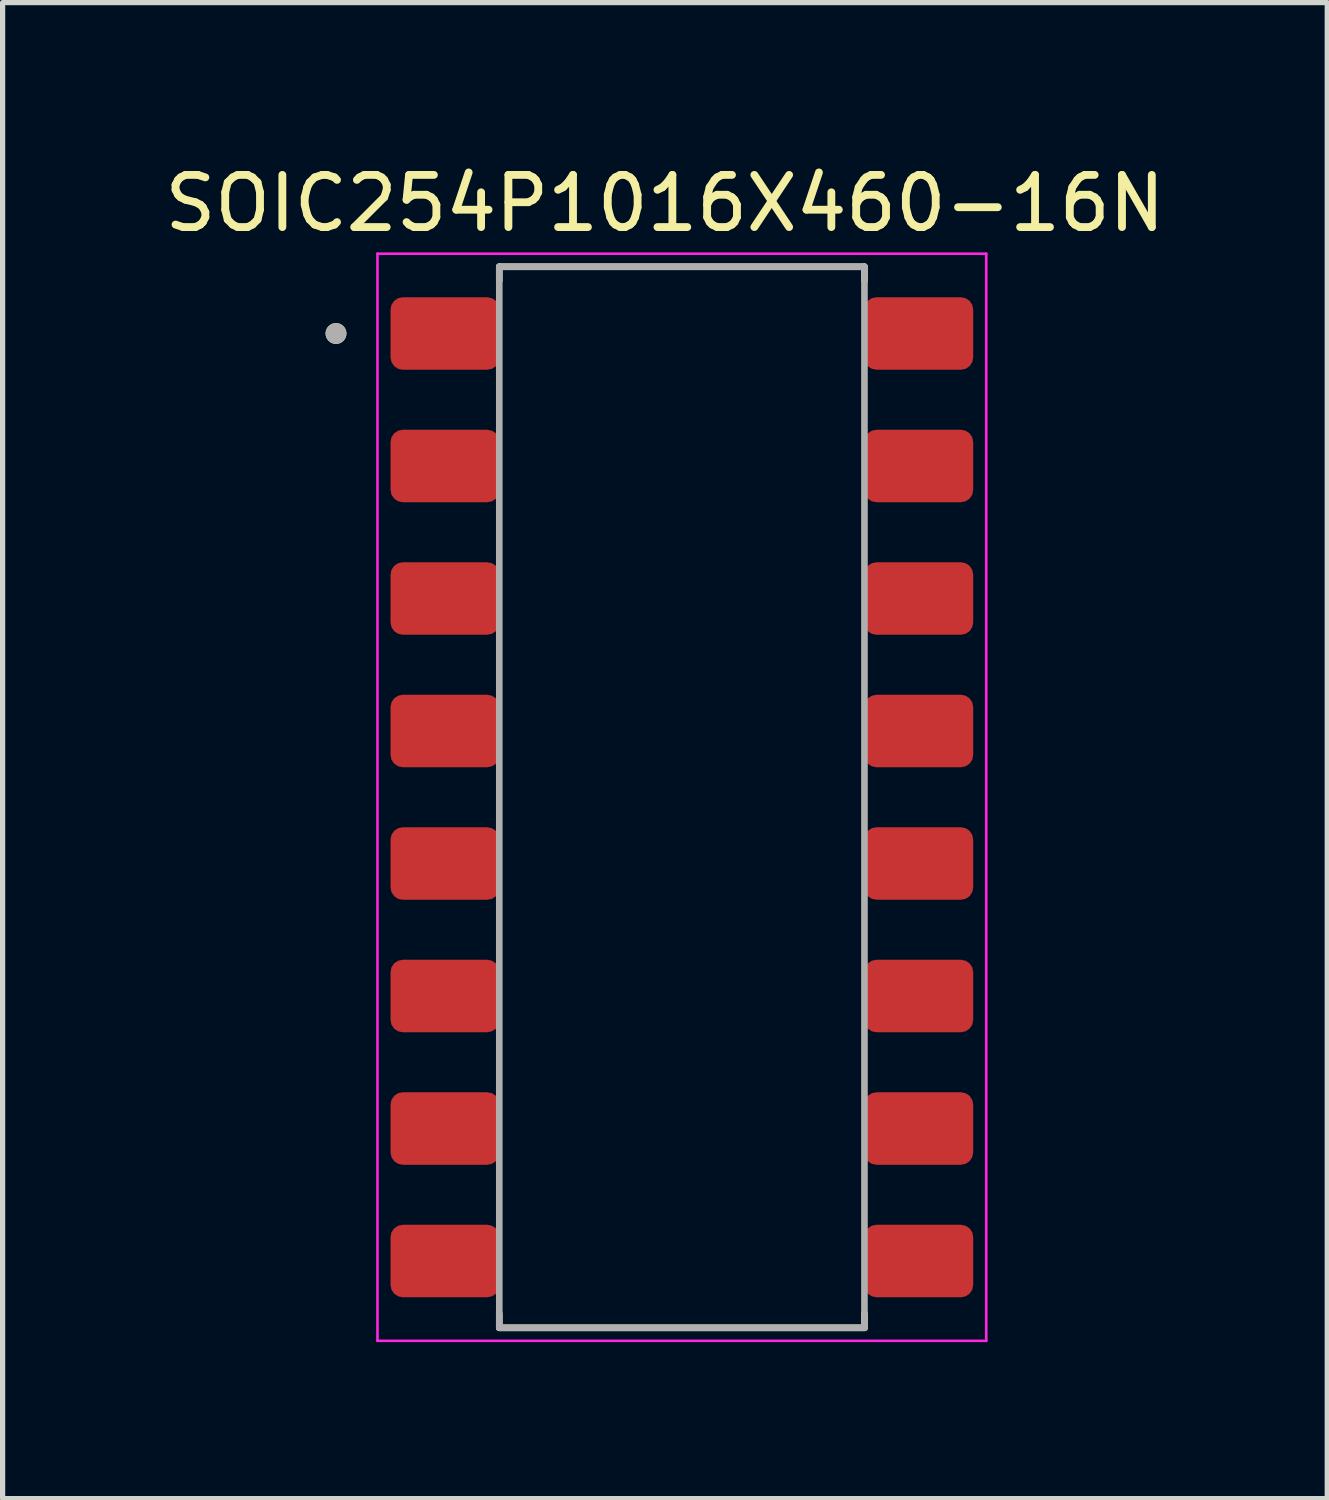
<source format=kicad_pcb>
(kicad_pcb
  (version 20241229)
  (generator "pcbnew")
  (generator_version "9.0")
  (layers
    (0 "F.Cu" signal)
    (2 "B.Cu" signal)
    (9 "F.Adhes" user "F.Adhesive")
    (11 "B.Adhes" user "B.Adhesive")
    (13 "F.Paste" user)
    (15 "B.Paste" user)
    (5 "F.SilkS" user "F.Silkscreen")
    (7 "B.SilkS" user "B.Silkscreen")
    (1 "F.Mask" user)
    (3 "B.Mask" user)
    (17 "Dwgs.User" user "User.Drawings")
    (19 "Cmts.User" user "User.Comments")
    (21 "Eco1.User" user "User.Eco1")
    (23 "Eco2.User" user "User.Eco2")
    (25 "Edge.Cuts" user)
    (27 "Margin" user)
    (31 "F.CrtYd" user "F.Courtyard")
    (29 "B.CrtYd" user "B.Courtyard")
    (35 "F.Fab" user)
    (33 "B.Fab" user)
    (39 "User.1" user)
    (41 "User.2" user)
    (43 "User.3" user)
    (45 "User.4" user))
  (footprint "SOIC254P1016X460-16N"
    (layer "F.Cu")
    (at 10.021 12.233)
    (property "Reference" "SOIC254P1016X460-16N" (at -0.325 -11.385 0) (layer "F.SilkS") (effects (font (size 1 1) (thickness 0.15))))
    (attr through_hole)
    (fp_line (start -3.5 -10.17) (end -3.5 -9.9) (stroke (width 0.127) (type solid)) (layer "F.SilkS"))
    (fp_line (start -3.5 -10.17) (end 3.5 -10.17) (stroke (width 0.127) (type solid)) (layer "F.SilkS"))
    (fp_line (start -3.5 10.17) (end -3.5 9.9) (stroke (width 0.127) (type solid)) (layer "F.SilkS"))
    (fp_line (start -3.5 10.17) (end 3.5 10.17) (stroke (width 0.127) (type solid)) (layer "F.SilkS"))
    (fp_line (start 3.5 -10.17) (end 3.5 -9.9) (stroke (width 0.127) (type solid)) (layer "F.SilkS"))
    (fp_line (start 3.5 10.17) (end 3.5 9.9) (stroke (width 0.127) (type solid)) (layer "F.SilkS"))
    (fp_circle (center -6.63 -8.89) (end -6.53 -8.89) (stroke (width 0.2) (type solid)) (fill no) (layer "F.SilkS"))
    (fp_line (start -5.835 -10.42) (end -5.835 10.42) (stroke (width 0.05) (type solid)) (layer "F.CrtYd"))
    (fp_line (start -5.835 -10.42) (end 5.835 -10.42) (stroke (width 0.05) (type solid)) (layer "F.CrtYd"))
    (fp_line (start -5.835 10.42) (end 5.835 10.42) (stroke (width 0.05) (type solid)) (layer "F.CrtYd"))
    (fp_line (start 5.835 -10.42) (end 5.835 10.42) (stroke (width 0.05) (type solid)) (layer "F.CrtYd"))
    (fp_line (start -3.5 -10.17) (end -3.5 10.17) (stroke (width 0.127) (type solid)) (layer "F.Fab"))
    (fp_line (start -3.5 -10.17) (end 3.5 -10.17) (stroke (width 0.127) (type solid)) (layer "F.Fab"))
    (fp_line (start -3.5 10.17) (end 3.5 10.17) (stroke (width 0.127) (type solid)) (layer "F.Fab"))
    (fp_line (start 3.5 -10.17) (end 3.5 10.17) (stroke (width 0.127) (type solid)) (layer "F.Fab"))
    (fp_circle (center -6.63 -8.89) (end -6.53 -8.89) (stroke (width 0.2) (type solid)) (fill no) (layer "F.Fab"))
    (pad "1" smd roundrect (at -4.54 -8.89) (size 2.09 1.39) (layers "F.Cu" "F.Mask" "F.Paste") (roundrect_rratio 0.17))
    (pad "2" smd roundrect (at -4.54 -6.35) (size 2.09 1.39) (layers "F.Cu" "F.Mask" "F.Paste") (roundrect_rratio 0.17))
    (pad "3" smd roundrect (at -4.54 -3.81) (size 2.09 1.39) (layers "F.Cu" "F.Mask" "F.Paste") (roundrect_rratio 0.17))
    (pad "4" smd roundrect (at -4.54 -1.27) (size 2.09 1.39) (layers "F.Cu" "F.Mask" "F.Paste") (roundrect_rratio 0.17))
    (pad "5" smd roundrect (at -4.54 1.27) (size 2.09 1.39) (layers "F.Cu" "F.Mask" "F.Paste") (roundrect_rratio 0.17))
    (pad "6" smd roundrect (at -4.54 3.81) (size 2.09 1.39) (layers "F.Cu" "F.Mask" "F.Paste") (roundrect_rratio 0.17))
    (pad "7" smd roundrect (at -4.54 6.35) (size 2.09 1.39) (layers "F.Cu" "F.Mask" "F.Paste") (roundrect_rratio 0.17))
    (pad "8" smd roundrect (at -4.54 8.89) (size 2.09 1.39) (layers "F.Cu" "F.Mask" "F.Paste") (roundrect_rratio 0.17))
    (pad "9" smd roundrect (at 4.54 8.89) (size 2.09 1.39) (layers "F.Cu" "F.Mask" "F.Paste") (roundrect_rratio 0.17))
    (pad "10" smd roundrect (at 4.54 6.35) (size 2.09 1.39) (layers "F.Cu" "F.Mask" "F.Paste") (roundrect_rratio 0.17))
    (pad "11" smd roundrect (at 4.54 3.81) (size 2.09 1.39) (layers "F.Cu" "F.Mask" "F.Paste") (roundrect_rratio 0.17))
    (pad "12" smd roundrect (at 4.54 1.27) (size 2.09 1.39) (layers "F.Cu" "F.Mask" "F.Paste") (roundrect_rratio 0.17))
    (pad "13" smd roundrect (at 4.54 -1.27) (size 2.09 1.39) (layers "F.Cu" "F.Mask" "F.Paste") (roundrect_rratio 0.17))
    (pad "14" smd roundrect (at 4.54 -3.81) (size 2.09 1.39) (layers "F.Cu" "F.Mask" "F.Paste") (roundrect_rratio 0.17))
    (pad "15" smd roundrect (at 4.54 -6.35) (size 2.09 1.39) (layers "F.Cu" "F.Mask" "F.Paste") (roundrect_rratio 0.17))
    (pad "16" smd roundrect (at 4.54 -8.89) (size 2.09 1.39) (layers "F.Cu" "F.Mask" "F.Paste") (roundrect_rratio 0.17)))
  (gr_rect
    (start -3 -3)
    (end 22.393 25.678)
    (stroke (width 0.1) (type default))
    (fill no)
    (layer "Edge.Cuts")))
</source>
